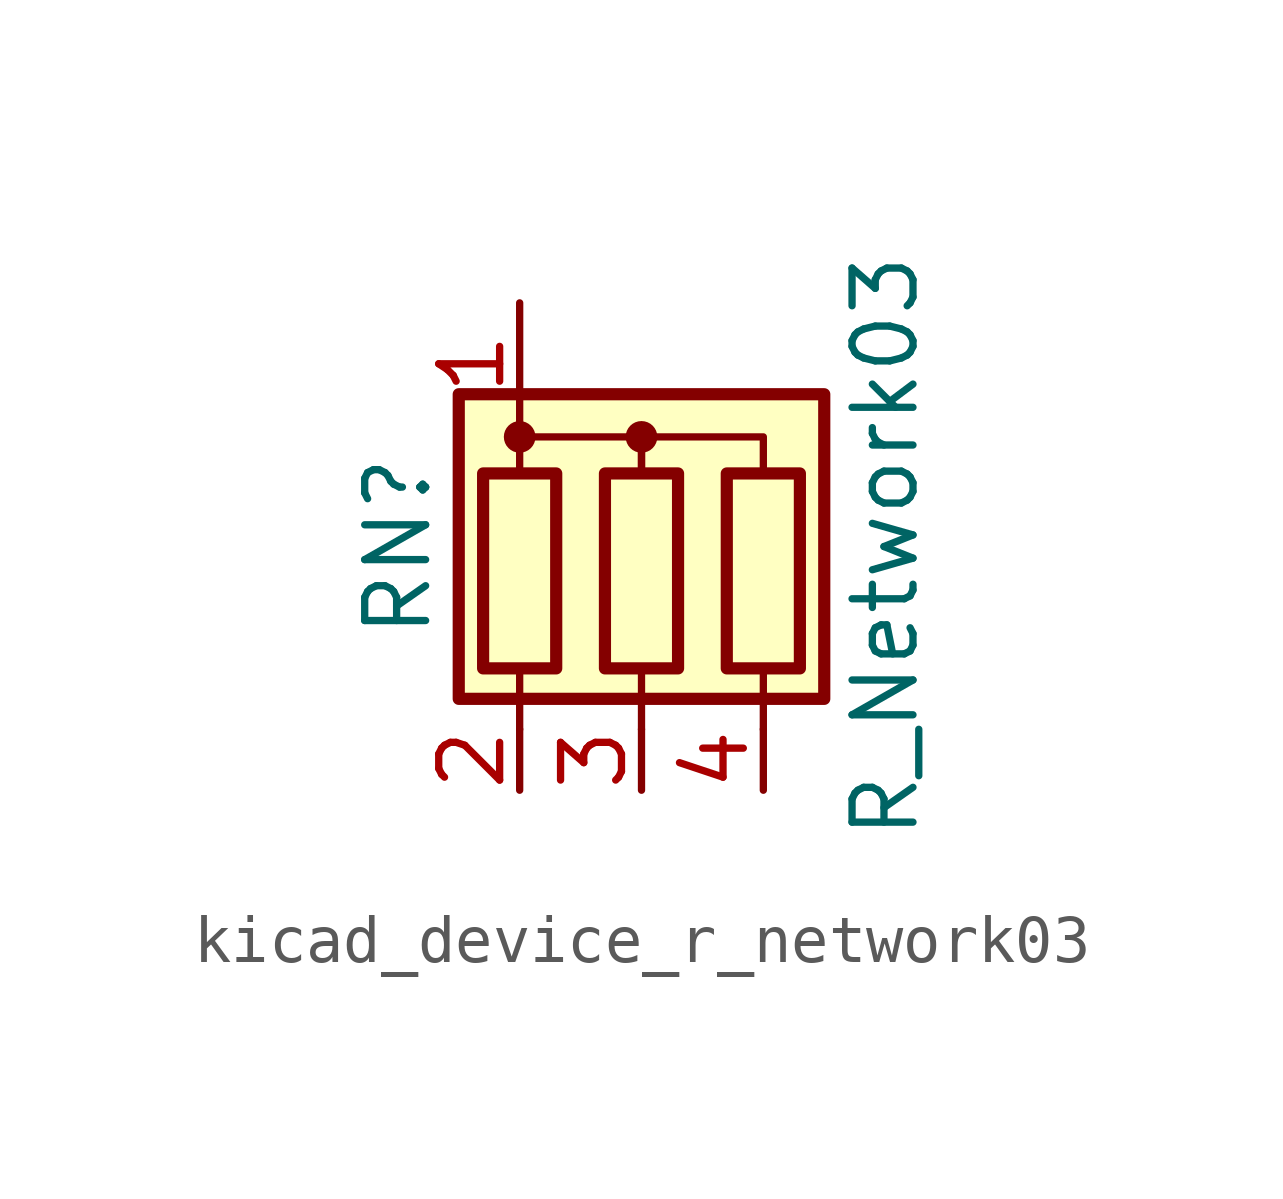
<source format=kicad_sym>
(kicad_symbol_lib
  (version 20220914)
  (generator kicad_symbol_editor)
  (symbol "kicad_device_r_network03"
    (pin_names
      (offset 0) hide)
    (property "Reference" "RN"
      (at -5.08 0 90)
      (effects (font (size 1.27 1.27))))
    (property "Value" "R_Network03"
      (at 5.08 0 90)
      (effects (font (size 1.27 1.27))))
    (symbol "kicad_device_r_network03_0_1"
      (rectangle (start -3.81 -3.175) (end 3.81 3.175) (stroke (width 0.254) (type default)) (fill (type background)))
      (rectangle (start -3.302 1.524) (end -1.778 -2.54) (stroke (width 0.254) (type default)) (fill (type none)))
      (circle (center -2.54 2.286) (radius 0.254) (stroke (width 0) (type default)) (fill (type outline)))
      (rectangle (start -0.762 1.524) (end 0.762 -2.54) (stroke (width 0.254) (type default)) (fill (type none)))
      (polyline (pts (xy -2.54 -2.54) (xy -2.54 -3.81)) (stroke (width 0) (type default)) (fill (type none)))
      (polyline (pts (xy 0 -2.54) (xy 0 -3.81)) (stroke (width 0) (type default)) (fill (type none)))
      (polyline (pts (xy 2.54 -2.54) (xy 2.54 -3.81)) (stroke (width 0) (type default)) (fill (type none)))
      (polyline (pts (xy -2.54 1.524) (xy -2.54 2.286) (xy 0 2.286) (xy 0 1.524)) (stroke (width 0) (type default)) (fill (type none)))
      (polyline (pts (xy 0 1.524) (xy 0 2.286) (xy 2.54 2.286) (xy 2.54 1.524)) (stroke (width 0) (type default)) (fill (type none)))
      (circle (center 0 2.286) (radius 0.254) (stroke (width 0) (type default)) (fill (type outline)))
      (rectangle (start 1.778 1.524) (end 3.302 -2.54) (stroke (width 0.254) (type default)) (fill (type none))))
    (symbol "kicad_device_r_network03_1_1"
      (pin passive line (at -2.54 5.08 270) (length 2.54) (name "common" (effects (font (size 1.27 1.27)))) (number "1" (effects (font (size 1.27 1.27)))))
      (pin passive line (at -2.54 -5.08 90) (length 1.27) (name "R1" (effects (font (size 1.27 1.27)))) (number "2" (effects (font (size 1.27 1.27)))))
      (pin passive line (at 0 -5.08 90) (length 1.27) (name "R2" (effects (font (size 1.27 1.27)))) (number "3" (effects (font (size 1.27 1.27)))))
      (pin passive line (at 2.54 -5.08 90) (length 1.27) (name "R3" (effects (font (size 1.27 1.27)))) (number "4" (effects (font (size 1.27 1.27))))))))
</source>
